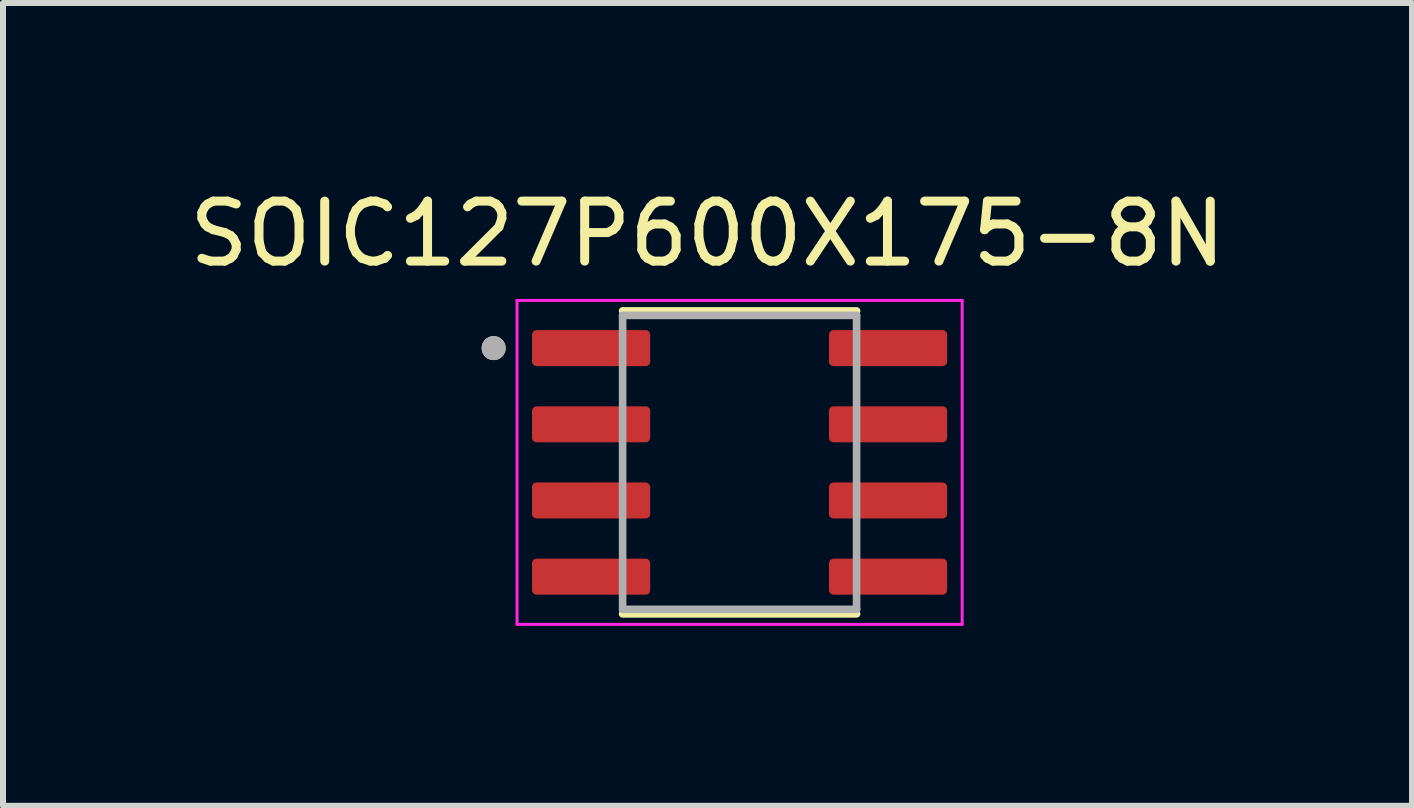
<source format=kicad_pcb>
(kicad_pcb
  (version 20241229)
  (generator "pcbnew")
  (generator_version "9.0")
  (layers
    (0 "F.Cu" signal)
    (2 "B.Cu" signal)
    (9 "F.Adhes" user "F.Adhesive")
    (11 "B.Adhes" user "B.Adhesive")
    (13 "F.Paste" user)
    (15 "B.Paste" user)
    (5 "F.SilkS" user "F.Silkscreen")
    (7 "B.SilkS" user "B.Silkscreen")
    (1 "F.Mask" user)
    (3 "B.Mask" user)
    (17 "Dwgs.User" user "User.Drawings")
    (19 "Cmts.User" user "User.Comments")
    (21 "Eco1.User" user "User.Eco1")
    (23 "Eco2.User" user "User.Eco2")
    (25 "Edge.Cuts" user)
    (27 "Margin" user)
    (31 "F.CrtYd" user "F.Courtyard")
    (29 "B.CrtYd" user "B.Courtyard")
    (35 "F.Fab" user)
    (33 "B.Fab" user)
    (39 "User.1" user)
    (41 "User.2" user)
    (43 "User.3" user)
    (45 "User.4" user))
  (footprint "SOIC127P600X175-8N"
    (layer "F.Cu")
    (at 9.279 4.658)
    (property "Reference" "SOIC127P600X175-8N" (at -0.535 -3.81 0) (layer "F.SilkS") (effects (font (size 1 1) (thickness 0.15))))
    (attr smd)
    (fp_line (start -1.95 -2.525) (end 1.95 -2.525) (stroke (width 0.127) (type solid)) (layer "F.SilkS"))
    (fp_line (start -1.95 2.525) (end 1.95 2.525) (stroke (width 0.127) (type solid)) (layer "F.SilkS"))
    (fp_circle (center -4.1 -1.905) (end -4 -1.905) (stroke (width 0.2) (type solid)) (fill no) (layer "F.SilkS"))
    (fp_line (start -3.71 -2.7) (end -3.71 2.7) (stroke (width 0.05) (type solid)) (layer "F.CrtYd"))
    (fp_line (start -3.71 2.7) (end 3.71 2.7) (stroke (width 0.05) (type solid)) (layer "F.CrtYd"))
    (fp_line (start 3.71 -2.7) (end -3.71 -2.7) (stroke (width 0.05) (type solid)) (layer "F.CrtYd"))
    (fp_line (start 3.71 2.7) (end 3.71 -2.7) (stroke (width 0.05) (type solid)) (layer "F.CrtYd"))
    (fp_line (start -1.95 -2.45) (end 1.95 -2.45) (stroke (width 0.127) (type solid)) (layer "F.Fab"))
    (fp_line (start -1.95 2.45) (end -1.95 -2.45) (stroke (width 0.127) (type solid)) (layer "F.Fab"))
    (fp_line (start 1.95 -2.45) (end 1.95 2.45) (stroke (width 0.127) (type solid)) (layer "F.Fab"))
    (fp_line (start 1.95 2.45) (end -1.95 2.45) (stroke (width 0.127) (type solid)) (layer "F.Fab"))
    (fp_circle (center -4.1 -1.905) (end -4 -1.905) (stroke (width 0.2) (type solid)) (fill no) (layer "F.Fab"))
    (pad "1" smd roundrect (at -2.475 -1.905) (size 1.97 0.6) (layers "F.Cu" "F.Mask" "F.Paste") (roundrect_rratio 0.125))
    (pad "2" smd roundrect (at -2.475 -0.635) (size 1.97 0.6) (layers "F.Cu" "F.Mask" "F.Paste") (roundrect_rratio 0.125))
    (pad "3" smd roundrect (at -2.475 0.635) (size 1.97 0.6) (layers "F.Cu" "F.Mask" "F.Paste") (roundrect_rratio 0.125))
    (pad "4" smd roundrect (at -2.475 1.905) (size 1.97 0.6) (layers "F.Cu" "F.Mask" "F.Paste") (roundrect_rratio 0.125))
    (pad "5" smd roundrect (at 2.475 1.905) (size 1.97 0.6) (layers "F.Cu" "F.Mask" "F.Paste") (roundrect_rratio 0.125))
    (pad "6" smd roundrect (at 2.475 0.635) (size 1.97 0.6) (layers "F.Cu" "F.Mask" "F.Paste") (roundrect_rratio 0.125))
    (pad "7" smd roundrect (at 2.475 -0.635) (size 1.97 0.6) (layers "F.Cu" "F.Mask" "F.Paste") (roundrect_rratio 0.125))
    (pad "8" smd roundrect (at 2.475 -1.905) (size 1.97 0.6) (layers "F.Cu" "F.Mask" "F.Paste") (roundrect_rratio 0.125)))
  (gr_rect
    (start -3 -3)
    (end 20.488 10.383)
    (stroke (width 0.1) (type default))
    (fill no)
    (layer "Edge.Cuts")))
</source>
